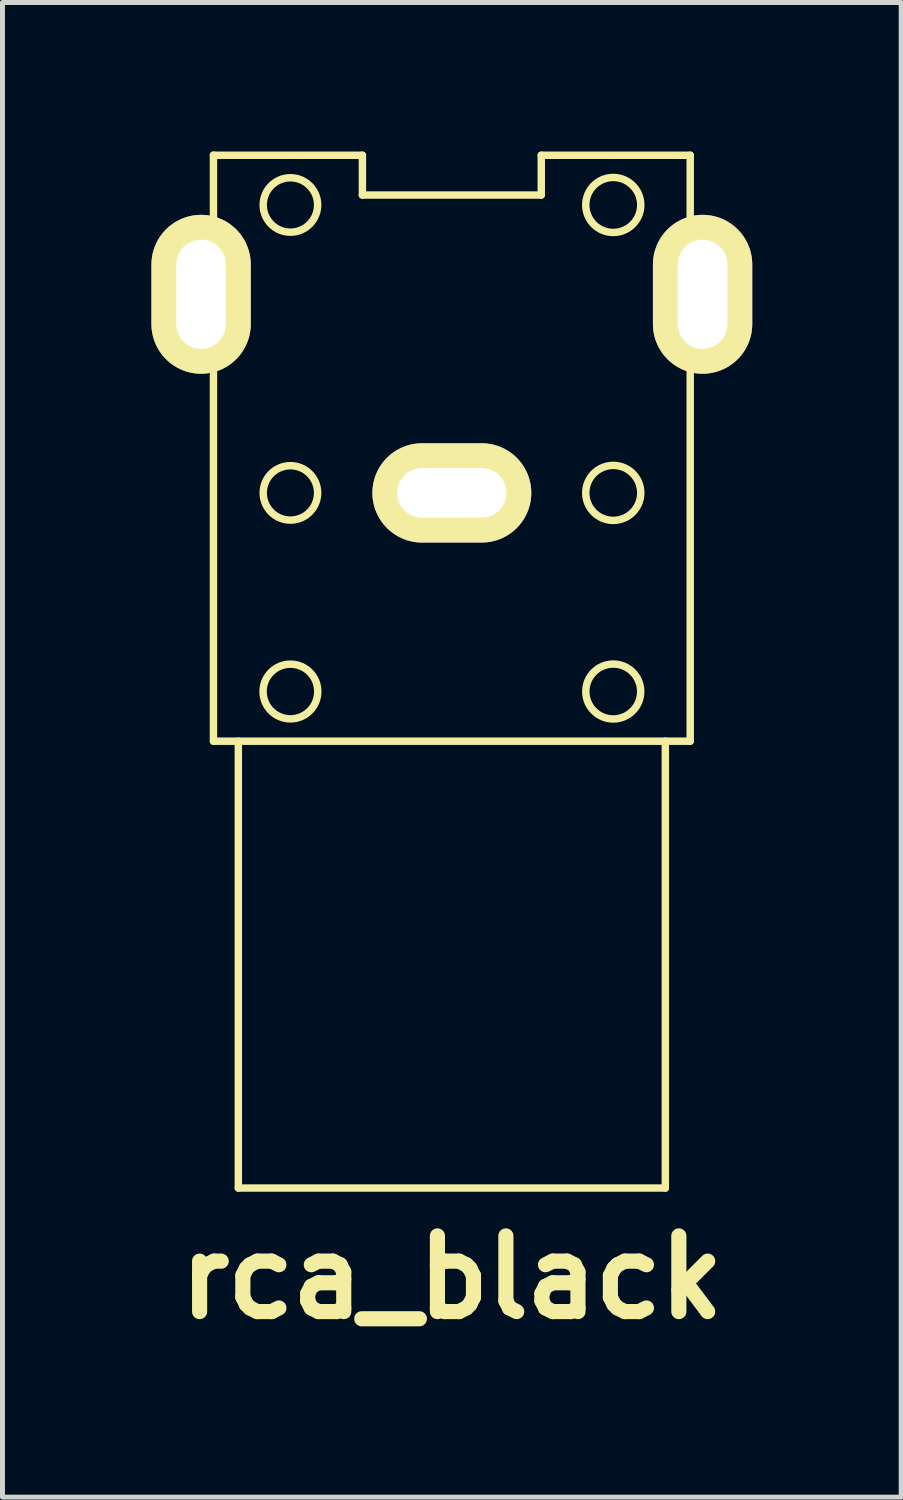
<source format=kicad_pcb>
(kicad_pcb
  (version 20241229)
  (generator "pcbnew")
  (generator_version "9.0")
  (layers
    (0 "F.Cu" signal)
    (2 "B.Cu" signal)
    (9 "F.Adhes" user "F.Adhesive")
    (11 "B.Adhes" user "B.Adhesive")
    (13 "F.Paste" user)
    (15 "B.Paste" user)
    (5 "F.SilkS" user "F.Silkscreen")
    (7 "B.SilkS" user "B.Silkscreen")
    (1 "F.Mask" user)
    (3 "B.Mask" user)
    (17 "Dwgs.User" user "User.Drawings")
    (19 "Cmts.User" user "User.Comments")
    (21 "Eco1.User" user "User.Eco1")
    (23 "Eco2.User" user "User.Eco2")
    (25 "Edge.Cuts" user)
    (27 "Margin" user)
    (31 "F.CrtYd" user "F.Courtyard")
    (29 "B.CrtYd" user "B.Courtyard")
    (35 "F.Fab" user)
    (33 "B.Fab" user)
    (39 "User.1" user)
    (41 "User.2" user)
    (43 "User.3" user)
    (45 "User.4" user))
  (footprint "rca_black"
    (layer "F.Cu")
    (at 6.05 6.877)
    (property "Reference" "rca_black" (at 0 15.799 0) (layer "F.SilkS") (effects (font (size 1.524 1.524) (thickness 0.305))))
    (attr through_hole)
    (fp_line (start -5.4 -4.9) (end -4.801 -4.9) (stroke (width 0.381) (type solid)) (layer "F.SilkS"))
    (fp_line (start -5.4 -3.099) (end -5.4 -4.9) (stroke (width 0.381) (type solid)) (layer "F.SilkS"))
    (fp_line (start -4.801 -6.8) (end -1.801 -6.8) (stroke (width 0.15) (type solid)) (layer "F.SilkS"))
    (fp_line (start -4.801 -3.099) (end -5.4 -3.099) (stroke (width 0.381) (type solid)) (layer "F.SilkS"))
    (fp_line (start -4.801 4.999) (end -4.801 -6.802) (stroke (width 0.15) (type solid)) (layer "F.SilkS"))
    (fp_line (start -4.3 5.001) (end -4.3 14) (stroke (width 0.15) (type solid)) (layer "F.SilkS"))
    (fp_line (start -4.3 14) (end 4.3 14) (stroke (width 0.15) (type solid)) (layer "F.SilkS"))
    (fp_line (start -1.801 -6.8) (end -1.801 -5.999) (stroke (width 0.15) (type solid)) (layer "F.SilkS"))
    (fp_line (start -1.801 -5.999) (end 1.801 -5.999) (stroke (width 0.15) (type solid)) (layer "F.SilkS"))
    (fp_line (start 1.801 -6.8) (end 4.801 -6.8) (stroke (width 0.15) (type solid)) (layer "F.SilkS"))
    (fp_line (start 1.801 -5.999) (end 1.801 -6.8) (stroke (width 0.15) (type solid)) (layer "F.SilkS"))
    (fp_line (start 4.3 14) (end 4.3 5.001) (stroke (width 0.15) (type solid)) (layer "F.SilkS"))
    (fp_line (start 4.801 -6.8) (end 4.801 5.001) (stroke (width 0.15) (type solid)) (layer "F.SilkS"))
    (fp_line (start 4.801 -4.9) (end 5.4 -4.9) (stroke (width 0.381) (type solid)) (layer "F.SilkS"))
    (fp_line (start 4.801 5.001) (end -4.801 5.001) (stroke (width 0.15) (type solid)) (layer "F.SilkS"))
    (fp_line (start 5.4 -4.9) (end 5.4 -3.099) (stroke (width 0.381) (type solid)) (layer "F.SilkS"))
    (fp_line (start 5.4 -3.099) (end 4.801 -3.099) (stroke (width 0.381) (type solid)) (layer "F.SilkS"))
    (fp_circle (center -3.251 -5.799) (end -2.703 -5.799) (stroke (width 0.15) (type solid)) (fill no) (layer "F.SilkS"))
    (fp_circle (center -3.251 0) (end -2.703 0) (stroke (width 0.15) (type solid)) (fill no) (layer "F.SilkS"))
    (fp_circle (center -3.251 4) (end -2.7 4) (stroke (width 0.15) (type solid)) (fill no) (layer "F.SilkS"))
    (fp_circle (center 3.251 -5.799) (end 3.805 -5.799) (stroke (width 0.15) (type solid)) (fill no) (layer "F.SilkS"))
    (fp_circle (center 3.251 0) (end 3.805 0) (stroke (width 0.15) (type solid)) (fill no) (layer "F.SilkS"))
    (fp_circle (center 3.251 4) (end 3.804 4) (stroke (width 0.15) (type solid)) (fill no) (layer "F.SilkS"))
    (pad "1" thru_hole oval (at 0 0) (size 3.2 2) (drill oval 2.2 1) (layers "*.Cu" "*.Mask" "F.SilkS"))
    (pad "2" thru_hole oval (at -5.05 -4) (size 2 3.2) (drill oval 1 2.2) (layers "*.Cu" "*.Mask" "F.SilkS"))
    (pad "2" thru_hole oval (at 5.05 -4) (size 2 3.2) (drill oval 1 2.2) (layers "*.Cu" "*.Mask" "F.SilkS")))
  (gr_rect
    (start -3 -3)
    (end 15.1 27.102)
    (stroke (width 0.1) (type default))
    (fill no)
    (layer "Edge.Cuts")))
</source>
